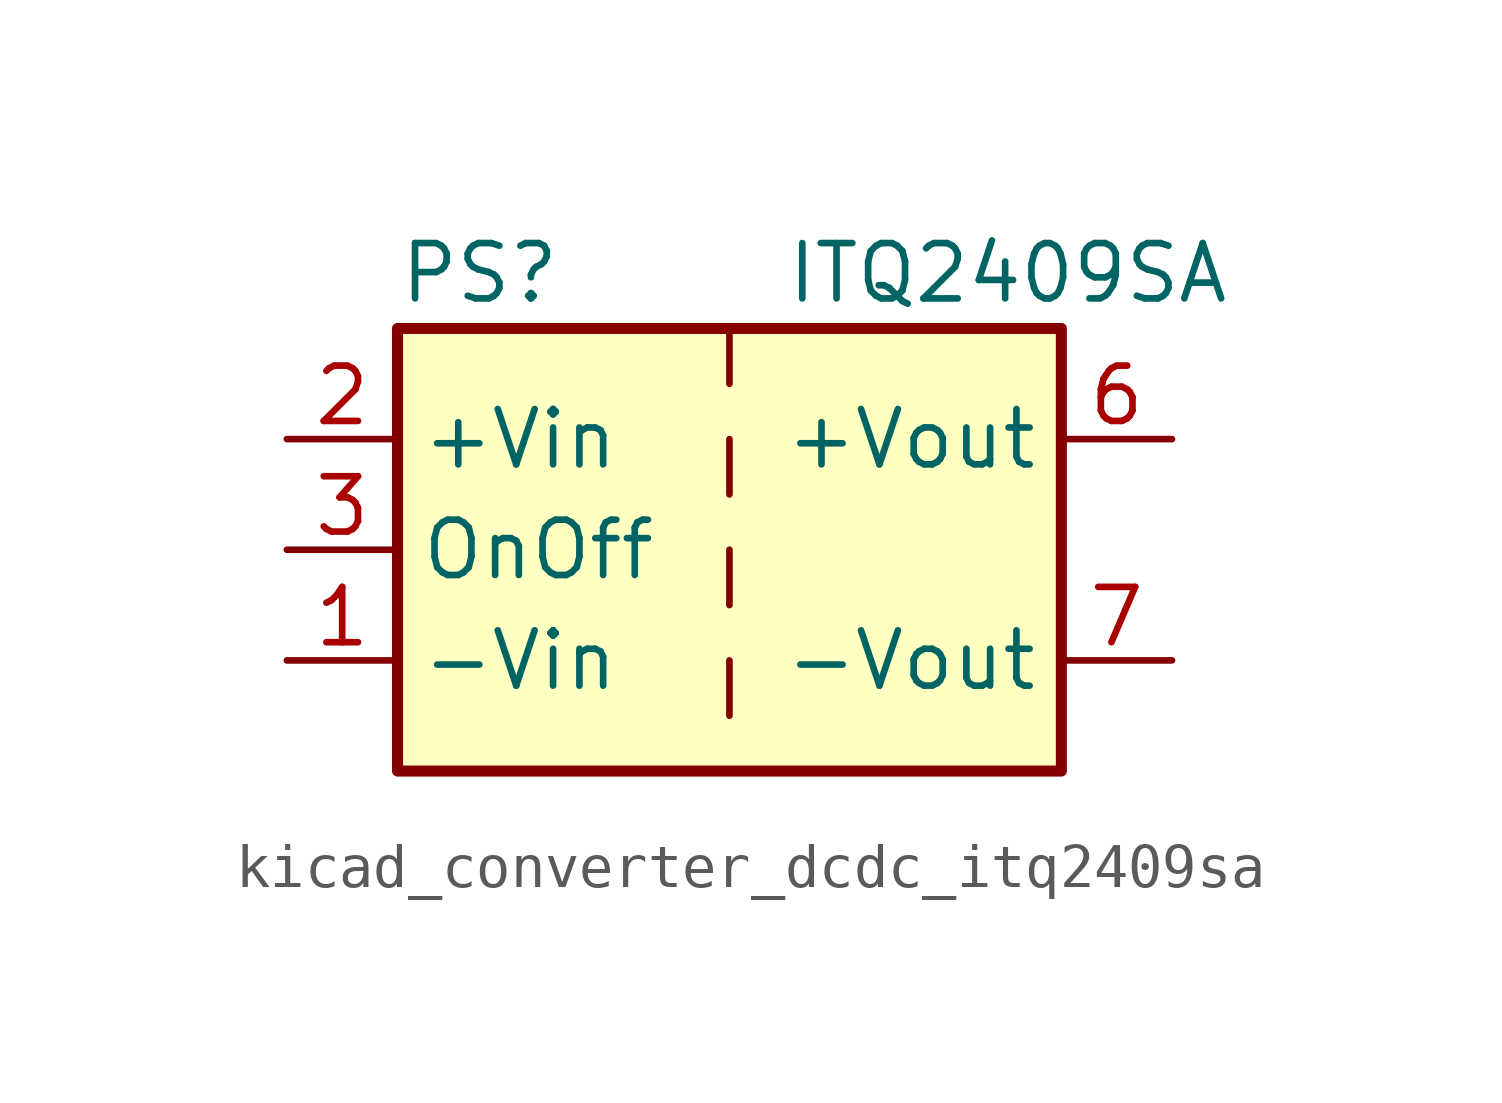
<source format=kicad_sym>
(kicad_symbol_lib
  (version 20220914)
  (generator kicad_symbol_editor)
  (symbol "kicad_converter_dcdc_itq2409sa"
    (property "Reference" "PS"
      (at -7.62 6.35 0)
      (effects (font (size 1.27 1.27)) (justify left)))
    (property "Value" "ITQ2409SA"
      (at 1.27 6.35 0)
      (effects (font (size 1.27 1.27)) (justify left)))
    (symbol "kicad_converter_dcdc_itq2409sa_0_0"
      (pin power_in line (at -10.16 -2.54 0) (length 2.54) (name "-Vin" (effects (font (size 1.27 1.27)))) (number "1" (effects (font (size 1.27 1.27)))))
      (pin power_in line (at -10.16 2.54 0) (length 2.54) (name "+Vin" (effects (font (size 1.27 1.27)))) (number "2" (effects (font (size 1.27 1.27)))))
      (pin input line (at -10.16 0 0) (length 2.54) (name "OnOff" (effects (font (size 1.27 1.27)))) (number "3" (effects (font (size 1.27 1.27)))))
      (pin no_connect line (at 0 5.08 270) (length 2.54) hide (name "NC" (effects (font (size 1.27 1.27)))) (number "5" (effects (font (size 1.27 1.27)))))
      (pin power_out line (at 10.16 2.54 180) (length 2.54) (name "+Vout" (effects (font (size 1.27 1.27)))) (number "6" (effects (font (size 1.27 1.27)))))
      (pin power_out line (at 10.16 -2.54 180) (length 2.54) (name "-Vout" (effects (font (size 1.27 1.27)))) (number "7" (effects (font (size 1.27 1.27)))))
      (pin no_connect line (at 7.62 0 180) (length 2.54) hide (name "NC" (effects (font (size 1.27 1.27)))) (number "8" (effects (font (size 1.27 1.27))))))
    (symbol "kicad_converter_dcdc_itq2409sa_0_1"
      (rectangle (start -7.62 5.08) (end 7.62 -5.08) (stroke (width 0.254) (type default)) (fill (type background)))
      (polyline (pts (xy 0 -2.54) (xy 0 -3.81)) (stroke (width 0) (type default)) (fill (type none)))
      (polyline (pts (xy 0 0) (xy 0 -1.27)) (stroke (width 0) (type default)) (fill (type none)))
      (polyline (pts (xy 0 2.54) (xy 0 1.27)) (stroke (width 0) (type default)) (fill (type none)))
      (polyline (pts (xy 0 5.08) (xy 0 3.81)) (stroke (width 0) (type default)) (fill (type none))))))
</source>
